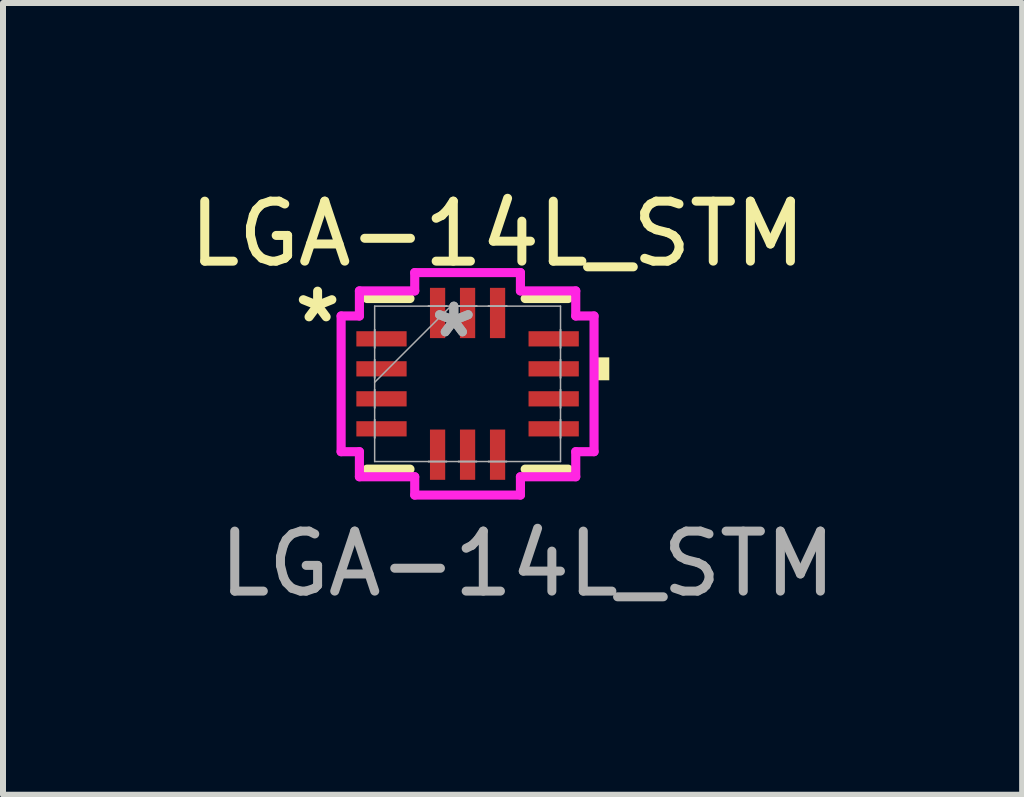
<source format=kicad_pcb>
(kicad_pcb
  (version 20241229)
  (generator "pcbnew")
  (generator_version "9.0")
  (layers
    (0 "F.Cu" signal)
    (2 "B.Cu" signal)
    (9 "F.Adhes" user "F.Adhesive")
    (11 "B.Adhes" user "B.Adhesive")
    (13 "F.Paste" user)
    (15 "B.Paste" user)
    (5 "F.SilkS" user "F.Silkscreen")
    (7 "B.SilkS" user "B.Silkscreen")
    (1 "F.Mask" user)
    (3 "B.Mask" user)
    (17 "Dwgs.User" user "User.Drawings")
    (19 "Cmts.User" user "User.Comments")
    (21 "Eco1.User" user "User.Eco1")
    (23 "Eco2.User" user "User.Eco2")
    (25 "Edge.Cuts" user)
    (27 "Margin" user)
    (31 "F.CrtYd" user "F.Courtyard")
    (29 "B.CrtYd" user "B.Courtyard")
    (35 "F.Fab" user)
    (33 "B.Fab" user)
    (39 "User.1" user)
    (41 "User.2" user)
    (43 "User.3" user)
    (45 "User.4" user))
  (footprint "LGA-14L_STM"
    (layer "F.Cu")
    (at 4.744 3.348)
    (property "Reference" "LGA-14L_STM" (at 0.5 -2.5 0) (unlocked yes) (layer "F.SilkS") (effects (font (size 1 1) (thickness 0.15))))
    (attr smd)
    (fp_line (start -1.676 1.422) (end -0.96 1.422) (stroke (width 0.152) (type solid)) (layer "F.SilkS"))
    (fp_line (start -0.96 -1.422) (end -1.676 -1.422) (stroke (width 0.152) (type solid)) (layer "F.SilkS"))
    (fp_line (start 0.96 1.422) (end 1.676 1.422) (stroke (width 0.152) (type solid)) (layer "F.SilkS"))
    (fp_line (start 1.676 -1.422) (end 0.96 -1.422) (stroke (width 0.152) (type solid)) (layer "F.SilkS"))
    (fp_poly (pts (xy 2.362 -0.441) (xy 2.362 -0.059) (xy 2.108 -0.059) (xy 2.108 -0.441)) (stroke (width 0) (type solid)) (fill yes) (layer "F.SilkS"))
    (fp_line (start -2.108 -1.131) (end -1.803 -1.131) (stroke (width 0.152) (type solid)) (layer "F.CrtYd"))
    (fp_line (start -2.108 1.131) (end -2.108 -1.131) (stroke (width 0.152) (type solid)) (layer "F.CrtYd"))
    (fp_line (start -1.803 -1.549) (end -0.881 -1.549) (stroke (width 0.152) (type solid)) (layer "F.CrtYd"))
    (fp_line (start -1.803 -1.131) (end -1.803 -1.549) (stroke (width 0.152) (type solid)) (layer "F.CrtYd"))
    (fp_line (start -1.803 1.131) (end -2.108 1.131) (stroke (width 0.152) (type solid)) (layer "F.CrtYd"))
    (fp_line (start -1.803 1.549) (end -1.803 1.131) (stroke (width 0.152) (type solid)) (layer "F.CrtYd"))
    (fp_line (start -0.881 -1.854) (end 0.881 -1.854) (stroke (width 0.152) (type solid)) (layer "F.CrtYd"))
    (fp_line (start -0.881 -1.549) (end -0.881 -1.854) (stroke (width 0.152) (type solid)) (layer "F.CrtYd"))
    (fp_line (start -0.881 1.549) (end -1.803 1.549) (stroke (width 0.152) (type solid)) (layer "F.CrtYd"))
    (fp_line (start -0.881 1.854) (end -0.881 1.549) (stroke (width 0.152) (type solid)) (layer "F.CrtYd"))
    (fp_line (start 0.881 -1.854) (end 0.881 -1.549) (stroke (width 0.152) (type solid)) (layer "F.CrtYd"))
    (fp_line (start 0.881 -1.549) (end 1.803 -1.549) (stroke (width 0.152) (type solid)) (layer "F.CrtYd"))
    (fp_line (start 0.881 1.549) (end 0.881 1.854) (stroke (width 0.152) (type solid)) (layer "F.CrtYd"))
    (fp_line (start 0.881 1.854) (end -0.881 1.854) (stroke (width 0.152) (type solid)) (layer "F.CrtYd"))
    (fp_line (start 1.803 -1.549) (end 1.803 -1.131) (stroke (width 0.152) (type solid)) (layer "F.CrtYd"))
    (fp_line (start 1.803 -1.131) (end 2.108 -1.131) (stroke (width 0.152) (type solid)) (layer "F.CrtYd"))
    (fp_line (start 1.803 1.131) (end 1.803 1.549) (stroke (width 0.152) (type solid)) (layer "F.CrtYd"))
    (fp_line (start 1.803 1.549) (end 0.881 1.549) (stroke (width 0.152) (type solid)) (layer "F.CrtYd"))
    (fp_line (start 2.108 -1.131) (end 2.108 1.131) (stroke (width 0.152) (type solid)) (layer "F.CrtYd"))
    (fp_line (start 2.108 1.131) (end 1.803 1.131) (stroke (width 0.152) (type solid)) (layer "F.CrtYd"))
    (fp_line (start -1.549 -1.295) (end -1.549 1.295) (stroke (width 0.025) (type solid)) (layer "F.Fab"))
    (fp_line (start -1.549 -0.902) (end -1.549 -0.902) (stroke (width 0.025) (type solid)) (layer "F.Fab"))
    (fp_line (start -1.549 -0.902) (end -1.549 -0.598) (stroke (width 0.025) (type solid)) (layer "F.Fab"))
    (fp_line (start -1.549 -0.598) (end -1.549 -0.902) (stroke (width 0.025) (type solid)) (layer "F.Fab"))
    (fp_line (start -1.549 -0.598) (end -1.549 -0.598) (stroke (width 0.025) (type solid)) (layer "F.Fab"))
    (fp_line (start -1.549 -0.402) (end -1.549 -0.402) (stroke (width 0.025) (type solid)) (layer "F.Fab"))
    (fp_line (start -1.549 -0.402) (end -1.549 -0.098) (stroke (width 0.025) (type solid)) (layer "F.Fab"))
    (fp_line (start -1.549 -0.098) (end -1.549 -0.402) (stroke (width 0.025) (type solid)) (layer "F.Fab"))
    (fp_line (start -1.549 -0.098) (end -1.549 -0.098) (stroke (width 0.025) (type solid)) (layer "F.Fab"))
    (fp_line (start -1.549 -0.025) (end -0.279 -1.295) (stroke (width 0.025) (type solid)) (layer "F.Fab"))
    (fp_line (start -1.549 0.098) (end -1.549 0.098) (stroke (width 0.025) (type solid)) (layer "F.Fab"))
    (fp_line (start -1.549 0.098) (end -1.549 0.402) (stroke (width 0.025) (type solid)) (layer "F.Fab"))
    (fp_line (start -1.549 0.402) (end -1.549 0.098) (stroke (width 0.025) (type solid)) (layer "F.Fab"))
    (fp_line (start -1.549 0.402) (end -1.549 0.402) (stroke (width 0.025) (type solid)) (layer "F.Fab"))
    (fp_line (start -1.549 0.598) (end -1.549 0.598) (stroke (width 0.025) (type solid)) (layer "F.Fab"))
    (fp_line (start -1.549 0.598) (end -1.549 0.902) (stroke (width 0.025) (type solid)) (layer "F.Fab"))
    (fp_line (start -1.549 0.902) (end -1.549 0.598) (stroke (width 0.025) (type solid)) (layer "F.Fab"))
    (fp_line (start -1.549 0.902) (end -1.549 0.902) (stroke (width 0.025) (type solid)) (layer "F.Fab"))
    (fp_line (start -1.549 1.295) (end 1.549 1.295) (stroke (width 0.025) (type solid)) (layer "F.Fab"))
    (fp_line (start -0.652 -1.295) (end -0.652 -1.295) (stroke (width 0.025) (type solid)) (layer "F.Fab"))
    (fp_line (start -0.652 -1.295) (end -0.348 -1.295) (stroke (width 0.025) (type solid)) (layer "F.Fab"))
    (fp_line (start -0.652 1.295) (end -0.652 1.295) (stroke (width 0.025) (type solid)) (layer "F.Fab"))
    (fp_line (start -0.652 1.295) (end -0.348 1.295) (stroke (width 0.025) (type solid)) (layer "F.Fab"))
    (fp_line (start -0.348 -1.295) (end -0.652 -1.295) (stroke (width 0.025) (type solid)) (layer "F.Fab"))
    (fp_line (start -0.348 -1.295) (end -0.348 -1.295) (stroke (width 0.025) (type solid)) (layer "F.Fab"))
    (fp_line (start -0.348 1.295) (end -0.652 1.295) (stroke (width 0.025) (type solid)) (layer "F.Fab"))
    (fp_line (start -0.348 1.295) (end -0.348 1.295) (stroke (width 0.025) (type solid)) (layer "F.Fab"))
    (fp_line (start -0.152 -1.295) (end -0.152 -1.295) (stroke (width 0.025) (type solid)) (layer "F.Fab"))
    (fp_line (start -0.152 -1.295) (end 0.152 -1.295) (stroke (width 0.025) (type solid)) (layer "F.Fab"))
    (fp_line (start -0.152 1.295) (end -0.152 1.295) (stroke (width 0.025) (type solid)) (layer "F.Fab"))
    (fp_line (start -0.152 1.295) (end 0.152 1.295) (stroke (width 0.025) (type solid)) (layer "F.Fab"))
    (fp_line (start 0.152 -1.295) (end -0.152 -1.295) (stroke (width 0.025) (type solid)) (layer "F.Fab"))
    (fp_line (start 0.152 -1.295) (end 0.152 -1.295) (stroke (width 0.025) (type solid)) (layer "F.Fab"))
    (fp_line (start 0.152 1.295) (end -0.152 1.295) (stroke (width 0.025) (type solid)) (layer "F.Fab"))
    (fp_line (start 0.152 1.295) (end 0.152 1.295) (stroke (width 0.025) (type solid)) (layer "F.Fab"))
    (fp_line (start 0.348 -1.295) (end 0.348 -1.295) (stroke (width 0.025) (type solid)) (layer "F.Fab"))
    (fp_line (start 0.348 -1.295) (end 0.652 -1.295) (stroke (width 0.025) (type solid)) (layer "F.Fab"))
    (fp_line (start 0.348 1.295) (end 0.348 1.295) (stroke (width 0.025) (type solid)) (layer "F.Fab"))
    (fp_line (start 0.348 1.295) (end 0.652 1.295) (stroke (width 0.025) (type solid)) (layer "F.Fab"))
    (fp_line (start 0.652 -1.295) (end 0.348 -1.295) (stroke (width 0.025) (type solid)) (layer "F.Fab"))
    (fp_line (start 0.652 -1.295) (end 0.652 -1.295) (stroke (width 0.025) (type solid)) (layer "F.Fab"))
    (fp_line (start 0.652 1.295) (end 0.348 1.295) (stroke (width 0.025) (type solid)) (layer "F.Fab"))
    (fp_line (start 0.652 1.295) (end 0.652 1.295) (stroke (width 0.025) (type solid)) (layer "F.Fab"))
    (fp_line (start 1.549 -1.295) (end -1.549 -1.295) (stroke (width 0.025) (type solid)) (layer "F.Fab"))
    (fp_line (start 1.549 -0.902) (end 1.549 -0.902) (stroke (width 0.025) (type solid)) (layer "F.Fab"))
    (fp_line (start 1.549 -0.902) (end 1.549 -0.598) (stroke (width 0.025) (type solid)) (layer "F.Fab"))
    (fp_line (start 1.549 -0.598) (end 1.549 -0.902) (stroke (width 0.025) (type solid)) (layer "F.Fab"))
    (fp_line (start 1.549 -0.598) (end 1.549 -0.598) (stroke (width 0.025) (type solid)) (layer "F.Fab"))
    (fp_line (start 1.549 -0.402) (end 1.549 -0.402) (stroke (width 0.025) (type solid)) (layer "F.Fab"))
    (fp_line (start 1.549 -0.402) (end 1.549 -0.098) (stroke (width 0.025) (type solid)) (layer "F.Fab"))
    (fp_line (start 1.549 -0.098) (end 1.549 -0.402) (stroke (width 0.025) (type solid)) (layer "F.Fab"))
    (fp_line (start 1.549 -0.098) (end 1.549 -0.098) (stroke (width 0.025) (type solid)) (layer "F.Fab"))
    (fp_line (start 1.549 0.098) (end 1.549 0.098) (stroke (width 0.025) (type solid)) (layer "F.Fab"))
    (fp_line (start 1.549 0.098) (end 1.549 0.402) (stroke (width 0.025) (type solid)) (layer "F.Fab"))
    (fp_line (start 1.549 0.402) (end 1.549 0.098) (stroke (width 0.025) (type solid)) (layer "F.Fab"))
    (fp_line (start 1.549 0.402) (end 1.549 0.402) (stroke (width 0.025) (type solid)) (layer "F.Fab"))
    (fp_line (start 1.549 0.598) (end 1.549 0.598) (stroke (width 0.025) (type solid)) (layer "F.Fab"))
    (fp_line (start 1.549 0.598) (end 1.549 0.902) (stroke (width 0.025) (type solid)) (layer "F.Fab"))
    (fp_line (start 1.549 0.902) (end 1.549 0.598) (stroke (width 0.025) (type solid)) (layer "F.Fab"))
    (fp_line (start 1.549 0.902) (end 1.549 0.902) (stroke (width 0.025) (type solid)) (layer "F.Fab"))
    (fp_line (start 1.549 1.295) (end 1.549 -1.295) (stroke (width 0.025) (type solid)) (layer "F.Fab"))
    (fp_text user "*" (at -2.5 -1 0) (layer "F.SilkS") (effects (font (size 1 1) (thickness 0.15))))
    (fp_text user "*" (at -0.229 -0.75 0) (layer "F.Fab") (effects (font (size 1 1) (thickness 0.15))))
    (fp_text user "*" (at -0.229 -0.75 0) (unlocked yes) (layer "F.Fab") (effects (font (size 1 1) (thickness 0.15))))
    (fp_text user "${REFERENCE}" (at 1 3 0) (unlocked yes) (layer "F.Fab") (effects (font (size 1 1) (thickness 0.15))))
    (pad "1" smd rect (at -1.435 -0.75 90) (size 0.254 0.838) (layers "F.Cu" "F.Mask" "F.Paste"))
    (pad "2" smd rect (at -1.435 -0.25 90) (size 0.254 0.838) (layers "F.Cu" "F.Mask" "F.Paste"))
    (pad "3" smd rect (at -1.435 0.25 90) (size 0.254 0.838) (layers "F.Cu" "F.Mask" "F.Paste"))
    (pad "4" smd rect (at -1.435 0.75 90) (size 0.254 0.838) (layers "F.Cu" "F.Mask" "F.Paste"))
    (pad "5" smd rect (at -0.5 1.181) (size 0.254 0.838) (layers "F.Cu" "F.Mask" "F.Paste"))
    (pad "6" smd rect (at 0 1.181) (size 0.254 0.838) (layers "F.Cu" "F.Mask" "F.Paste"))
    (pad "7" smd rect (at 0.5 1.181) (size 0.254 0.838) (layers "F.Cu" "F.Mask" "F.Paste"))
    (pad "8" smd rect (at 1.435 0.75 90) (size 0.254 0.838) (layers "F.Cu" "F.Mask" "F.Paste"))
    (pad "9" smd rect (at 1.435 0.25 90) (size 0.254 0.838) (layers "F.Cu" "F.Mask" "F.Paste"))
    (pad "10" smd rect (at 1.435 -0.25 90) (size 0.254 0.838) (layers "F.Cu" "F.Mask" "F.Paste"))
    (pad "11" smd rect (at 1.435 -0.75 90) (size 0.254 0.838) (layers "F.Cu" "F.Mask" "F.Paste"))
    (pad "12" smd rect (at 0.5 -1.181) (size 0.254 0.838) (layers "F.Cu" "F.Mask" "F.Paste"))
    (pad "13" smd rect (at 0 -1.181) (size 0.254 0.838) (layers "F.Cu" "F.Mask" "F.Paste"))
    (pad "14" smd rect (at -0.5 -1.181) (size 0.254 0.838) (layers "F.Cu" "F.Mask" "F.Paste")))
  (gr_rect
    (start -3 -3)
    (end 13.988 10.197)
    (stroke (width 0.1) (type default))
    (fill no)
    (layer "Edge.Cuts")))
</source>
